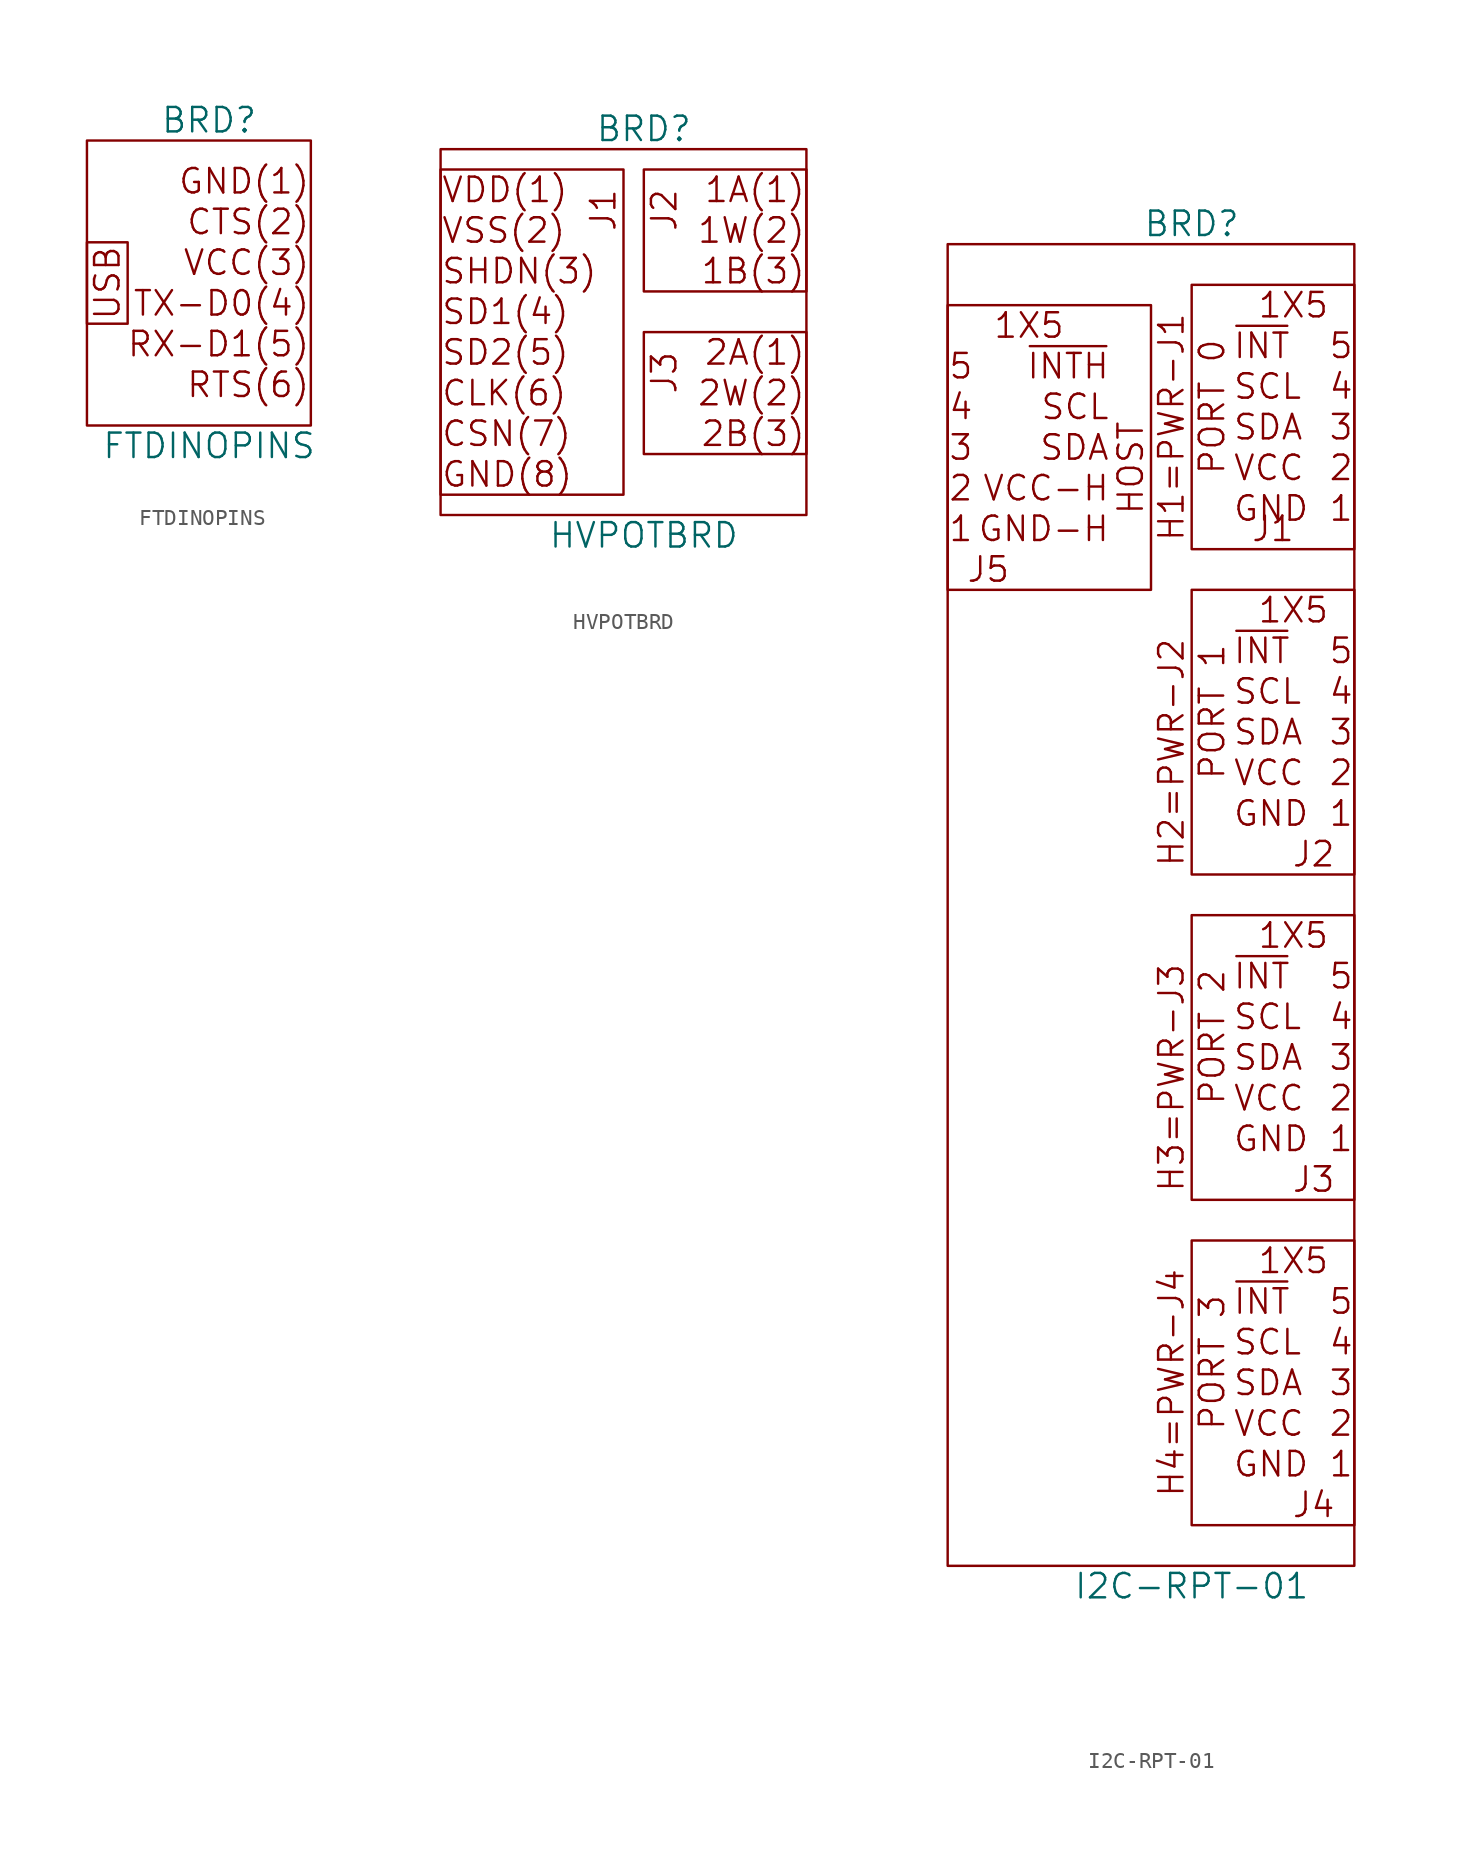
<source format=kicad_sym>
(kicad_symbol_lib
  (version 20220914)
  (generator kicad_symbol_editor)
  (symbol "FTDINOPINS"
    (pin_names
      (offset 1.016))
    (property "Reference" "BRD"
      (at 2.54 19.05 0)
      (effects (font (size 1.524 1.524))))
    (property "Value" "FTDINOPINS"
      (at 2.54 -1.27 0)
      (effects (font (size 1.524 1.524))))
    (property "Footprint" ""
      (at 0 0 0)
      (effects (font (size 1.524 1.524))))
    (property "Datasheet" ""
      (at 0 0 0)
      (effects (font (size 1.524 1.524))))
    (symbol "FTDINOPINS_0_0"
      (rectangle (start -5.08 0) (end 8.89 17.78) (stroke (width 0) (type default)) (fill (type none)))
      (rectangle (start -5.08 11.43) (end -2.54 6.35) (stroke (width 0) (type default)) (fill (type none)))
      (text "CTS(2)" (at 8.89 12.7 0) (effects (font (size 1.524 1.524)) (justify right)))
      (text "GND(1)" (at 8.89 15.24 0) (effects (font (size 1.524 1.524)) (justify right)))
      (text "RTS(6)" (at 8.89 2.54 0) (effects (font (size 1.524 1.524)) (justify right)))
      (text "RX-D1(5)" (at 8.89 5.08 0) (effects (font (size 1.524 1.524)) (justify right)))
      (text "TX-D0(4)" (at 8.89 7.62 0) (effects (font (size 1.524 1.524)) (justify right)))
      (text "USB" (at -3.81 8.89 900) (effects (font (size 1.524 1.524))))
      (text "VCC(3)" (at 8.89 10.16 0) (effects (font (size 1.524 1.524)) (justify right)))))
  (symbol "HVPOTBRD"
    (pin_names
      (offset 1.016))
    (property "Reference" "BRD"
      (at 0 26.67 0)
      (effects (font (size 1.524 1.524))))
    (property "Value" "HVPOTBRD"
      (at 0 1.27 0)
      (effects (font (size 1.524 1.524))))
    (property "Footprint" ""
      (at 0 0 0)
      (effects (font (size 1.524 1.524))))
    (property "Datasheet" ""
      (at 0 0 0)
      (effects (font (size 1.524 1.524))))
    (symbol "HVPOTBRD_0_0"
      (text "1A(1)" (at 10.16 22.86 0) (effects (font (size 1.524 1.524)) (justify right)))
      (text "1B(3)" (at 10.16 17.78 0) (effects (font (size 1.524 1.524)) (justify right)))
      (text "1W(2)" (at 10.16 20.32 0) (effects (font (size 1.524 1.524)) (justify right)))
      (text "2A(1)" (at 10.16 12.7 0) (effects (font (size 1.524 1.524)) (justify right)))
      (text "2B(3)" (at 10.16 7.62 0) (effects (font (size 1.524 1.524)) (justify right)))
      (text "2W(2)" (at 10.16 10.16 0) (effects (font (size 1.524 1.524)) (justify right)))
      (text "CLK(6)" (at -12.7 10.16 0) (effects (font (size 1.524 1.524)) (justify left)))
      (text "CSN(7)" (at -12.7 7.62 0) (effects (font (size 1.524 1.524)) (justify left)))
      (text "GND(8)" (at -12.7 5.08 0) (effects (font (size 1.524 1.524)) (justify left)))
      (text "J1" (at -2.54 21.59 900) (effects (font (size 1.524 1.524))))
      (text "SD1(4)" (at -12.7 15.24 0) (effects (font (size 1.524 1.524)) (justify left)))
      (text "SD2(5)" (at -12.7 12.7 0) (effects (font (size 1.524 1.524)) (justify left)))
      (text "SHDN(3)" (at -12.7 17.78 0) (effects (font (size 1.524 1.524)) (justify left)))
      (text "VDD(1)" (at -12.7 22.86 0) (effects (font (size 1.524 1.524)) (justify left)))
      (text "VSS(2)" (at -12.7 20.32 0) (effects (font (size 1.524 1.524)) (justify left))))
    (symbol "HVPOTBRD_0_1"
      (rectangle (start -12.7 25.4) (end 10.16 2.54) (stroke (width 0) (type default)) (fill (type none)))
      (rectangle (start -1.27 24.13) (end -12.7 3.81) (stroke (width 0) (type default)) (fill (type none)))
      (rectangle (start 10.16 13.97) (end 0 6.35) (stroke (width 0) (type default)) (fill (type none)))
      (rectangle (start 10.16 24.13) (end 0 16.51) (stroke (width 0) (type default)) (fill (type none))))
    (symbol "HVPOTBRD_1_0"
      (text "J2" (at 1.27 21.59 900) (effects (font (size 1.524 1.524))))
      (text "J3" (at 1.27 11.43 900) (effects (font (size 1.524 1.524))))))
  (symbol "I2C-RPT-01"
    (pin_names
      (offset 1.016))
    (property "Reference" "BRD"
      (at 0 36.83 0)
      (effects (font (size 1.524 1.524))))
    (property "Value" "I2C-RPT-01"
      (at 0 -48.26 0)
      (effects (font (size 1.524 1.524))))
    (property "Footprint" ""
      (at -2.54 15.24 0)
      (effects (font (size 1.524 1.524))))
    (property "Datasheet" ""
      (at -2.54 15.24 0)
      (effects (font (size 1.524 1.524))))
    (symbol "I2C-RPT-01_0_0"
      (rectangle (start -15.24 31.75) (end -2.54 13.97) (stroke (width 0) (type default)) (fill (type none)))
      (rectangle (start 10.16 -44.45) (end 0 -26.67) (stroke (width 0) (type default)) (fill (type none)))
      (rectangle (start 10.16 -24.13) (end 0 -6.35) (stroke (width 0) (type default)) (fill (type none)))
      (rectangle (start 10.16 -3.81) (end 0 13.97) (stroke (width 0) (type default)) (fill (type none)))
      (rectangle (start 10.16 16.51) (end 0 33.02) (stroke (width 0) (type default)) (fill (type none)))
      (text "1" (at -15.24 17.78 0) (effects (font (size 1.524 1.524)) (justify left)))
      (text "1" (at 10.16 -40.64 0) (effects (font (size 1.524 1.524)) (justify right)))
      (text "1" (at 10.16 -20.32 0) (effects (font (size 1.524 1.524)) (justify right)))
      (text "1" (at 10.16 0 0) (effects (font (size 1.524 1.524)) (justify right)))
      (text "1" (at 10.16 19.05 0) (effects (font (size 1.524 1.524)) (justify right)))
      (text "2" (at -15.24 20.32 0) (effects (font (size 1.524 1.524)) (justify left)))
      (text "2" (at 10.16 -38.1 0) (effects (font (size 1.524 1.524)) (justify right)))
      (text "2" (at 10.16 -17.78 0) (effects (font (size 1.524 1.524)) (justify right)))
      (text "2" (at 10.16 2.54 0) (effects (font (size 1.524 1.524)) (justify right)))
      (text "2" (at 10.16 21.59 0) (effects (font (size 1.524 1.524)) (justify right)))
      (text "3" (at -15.24 22.86 0) (effects (font (size 1.524 1.524)) (justify left)))
      (text "3" (at 10.16 -35.56 0) (effects (font (size 1.524 1.524)) (justify right)))
      (text "3" (at 10.16 -15.24 0) (effects (font (size 1.524 1.524)) (justify right)))
      (text "3" (at 10.16 5.08 0) (effects (font (size 1.524 1.524)) (justify right)))
      (text "3" (at 10.16 24.13 0) (effects (font (size 1.524 1.524)) (justify right)))
      (text "4" (at -15.24 25.4 0) (effects (font (size 1.524 1.524)) (justify left)))
      (text "4" (at 10.16 -33.02 0) (effects (font (size 1.524 1.524)) (justify right)))
      (text "4" (at 10.16 -12.7 0) (effects (font (size 1.524 1.524)) (justify right)))
      (text "4" (at 10.16 7.62 0) (effects (font (size 1.524 1.524)) (justify right)))
      (text "4" (at 10.16 26.67 0) (effects (font (size 1.524 1.524)) (justify right)))
      (text "5" (at -15.24 27.94 0) (effects (font (size 1.524 1.524)) (justify left)))
      (text "5" (at 10.16 -30.48 0) (effects (font (size 1.524 1.524)) (justify right)))
      (text "5" (at 10.16 -10.16 0) (effects (font (size 1.524 1.524)) (justify right)))
      (text "5" (at 10.16 10.16 0) (effects (font (size 1.524 1.524)) (justify right)))
      (text "5" (at 10.16 29.21 0) (effects (font (size 1.524 1.524)) (justify right)))
      (text "GND" (at 2.54 -40.64 0) (effects (font (size 1.524 1.524)) (justify left)))
      (text "GND" (at 2.54 -20.32 0) (effects (font (size 1.524 1.524)) (justify left)))
      (text "GND" (at 2.54 0 0) (effects (font (size 1.524 1.524)) (justify left)))
      (text "GND" (at 2.54 19.05 0) (effects (font (size 1.524 1.524)) (justify left)))
      (text "GND-H" (at -5.08 17.78 0) (effects (font (size 1.524 1.524)) (justify right)))
      (text "H1=PWR-J1" (at -1.27 24.13 900) (effects (font (size 1.524 1.524))))
      (text "H2=PWR-J2" (at -1.27 3.81 900) (effects (font (size 1.524 1.524))))
      (text "H3=PWR-J3" (at -1.27 -16.51 900) (effects (font (size 1.524 1.524))))
      (text "H4=PWR-J4" (at -1.27 -35.56 900) (effects (font (size 1.524 1.524))))
      (text "HOST" (at -3.81 21.59 900) (effects (font (size 1.524 1.524))))
      (text "PORT 0" (at 1.27 25.4 900) (effects (font (size 1.524 1.524))))
      (text "PORT 1" (at 1.27 6.35 900) (effects (font (size 1.524 1.524))))
      (text "PORT 2" (at 1.27 -13.97 900) (effects (font (size 1.524 1.524))))
      (text "PORT 3" (at 1.27 -34.29 900) (effects (font (size 1.524 1.524))))
      (text "SCL" (at -5.08 25.4 0) (effects (font (size 1.524 1.524)) (justify right)))
      (text "SCL" (at 2.54 -33.02 0) (effects (font (size 1.524 1.524)) (justify left)))
      (text "SCL" (at 2.54 -12.7 0) (effects (font (size 1.524 1.524)) (justify left)))
      (text "SCL" (at 2.54 7.62 0) (effects (font (size 1.524 1.524)) (justify left)))
      (text "SCL" (at 2.54 26.67 0) (effects (font (size 1.524 1.524)) (justify left)))
      (text "SDA" (at -5.08 22.86 0) (effects (font (size 1.524 1.524)) (justify right)))
      (text "SDA" (at 2.54 -35.56 0) (effects (font (size 1.524 1.524)) (justify left)))
      (text "SDA" (at 2.54 -15.24 0) (effects (font (size 1.524 1.524)) (justify left)))
      (text "SDA" (at 2.54 5.08 0) (effects (font (size 1.524 1.524)) (justify left)))
      (text "SDA" (at 2.54 24.13 0) (effects (font (size 1.524 1.524)) (justify left)))
      (text "VCC" (at 2.54 -38.1 0) (effects (font (size 1.524 1.524)) (justify left)))
      (text "VCC" (at 2.54 -17.78 0) (effects (font (size 1.524 1.524)) (justify left)))
      (text "VCC" (at 2.54 2.54 0) (effects (font (size 1.524 1.524)) (justify left)))
      (text "VCC" (at 2.54 21.59 0) (effects (font (size 1.524 1.524)) (justify left)))
      (text "VCC-H" (at -5.08 20.32 0) (effects (font (size 1.524 1.524)) (justify right)))
      (text "~{INTH}" (at -5.08 27.94 0) (effects (font (size 1.524 1.524)) (justify right)))
      (text "~{INT}" (at 2.54 -30.48 0) (effects (font (size 1.524 1.524)) (justify left)))
      (text "~{INT}" (at 2.54 -10.16 0) (effects (font (size 1.524 1.524)) (justify left)))
      (text "~{INT}" (at 2.54 10.16 0) (effects (font (size 1.524 1.524)) (justify left)))
      (text "~{INT}" (at 2.54 29.21 0) (effects (font (size 1.524 1.524)) (justify left))))
    (symbol "I2C-RPT-01_0_1"
      (rectangle (start -15.24 35.56) (end 10.16 -46.99) (stroke (width 0) (type default)) (fill (type none))))
    (symbol "I2C-RPT-01_1_0"
      (text "1X5" (at -10.16 30.48 0) (effects (font (size 1.524 1.524))))
      (text "1X5" (at 6.35 -27.94 0) (effects (font (size 1.524 1.524))))
      (text "1X5" (at 6.35 -7.62 0) (effects (font (size 1.524 1.524))))
      (text "1X5" (at 6.35 12.7 0) (effects (font (size 1.524 1.524))))
      (text "1X5" (at 6.35 31.75 0) (effects (font (size 1.524 1.524))))
      (text "J1" (at 5.08 17.78 0) (effects (font (size 1.524 1.524))))
      (text "J2" (at 7.62 -2.54 0) (effects (font (size 1.524 1.524))))
      (text "J3" (at 7.62 -22.86 0) (effects (font (size 1.524 1.524))))
      (text "J4" (at 7.62 -43.18 0) (effects (font (size 1.524 1.524))))
      (text "J5" (at -12.7 15.24 0) (effects (font (size 1.524 1.524)))))))
</source>
